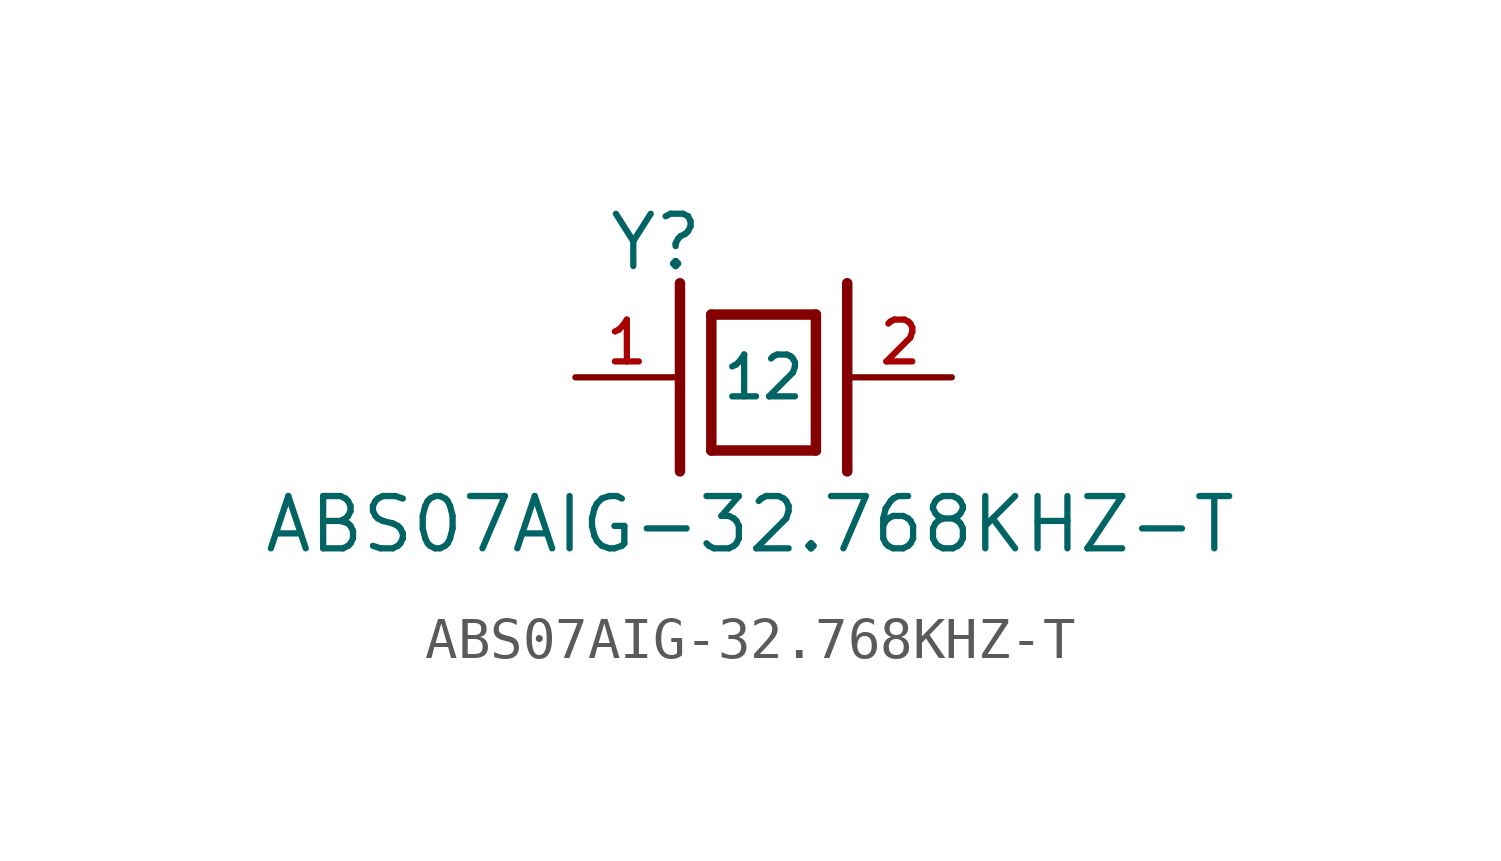
<source format=kicad_sym>
(kicad_symbol_lib
  (version 20211014)
  (generator kicad_symbol_editor)
  (symbol "ABS07AIG-32.768KHZ-T"
    (pin_names
      (offset 1.016))
    (property "Reference" "Y"
      (at -3.81 2.54 0)
      (effects (font (size 1.27 1.27)) (justify left bottom)))
    (property "Value" "ABS07AIG-32.768KHZ-T"
      (at -12.192 -4.318 0)
      (effects (font (size 1.27 1.27)) (justify left bottom)))
    (property "ki_locked" ""
      (at 0 0 0)
      (effects (font (size 1.27 1.27))))
    (symbol "ABS07AIG-32.768KHZ-T_0_0"
      (polyline (pts (xy -2.032 2.286) (xy -2.032 -2.286)) (stroke (width 0.254) (type default) (color 0 0 0 0)) (fill (type none)))
      (polyline (pts (xy -1.27 -1.778) (xy -1.27 1.524)) (stroke (width 0.254) (type default) (color 0 0 0 0)) (fill (type none)))
      (polyline (pts (xy -1.27 1.524) (xy 1.27 1.524)) (stroke (width 0.254) (type default) (color 0 0 0 0)) (fill (type none)))
      (polyline (pts (xy 1.27 -1.778) (xy -1.27 -1.778)) (stroke (width 0.254) (type default) (color 0 0 0 0)) (fill (type none)))
      (polyline (pts (xy 1.27 1.524) (xy 1.27 -1.778)) (stroke (width 0.254) (type default) (color 0 0 0 0)) (fill (type none)))
      (polyline (pts (xy 2.032 2.286) (xy 2.032 -2.286)) (stroke (width 0.254) (type default) (color 0 0 0 0)) (fill (type none)))
      (pin passive line (at -4.572 0 0) (length 2.5) (name "1" (effects (font (size 1.016 1.016)))) (number "1" (effects (font (size 1.016 1.016)))))
      (pin passive line (at 4.572 0 180) (length 2.5) (name "2" (effects (font (size 1.016 1.016)))) (number "2" (effects (font (size 1.016 1.016))))))))
</source>
